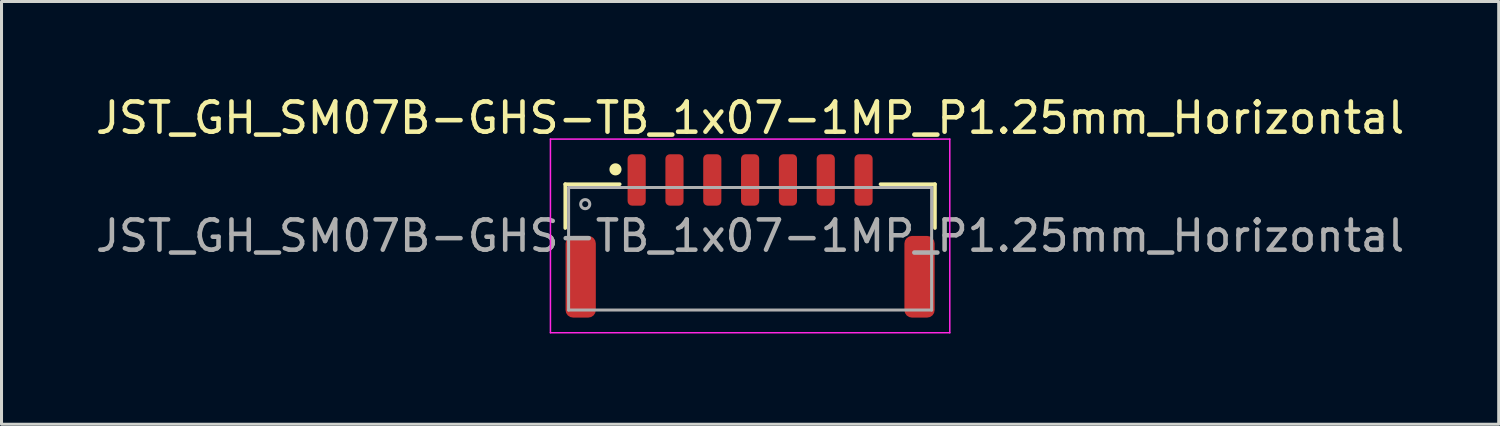
<source format=kicad_pcb>
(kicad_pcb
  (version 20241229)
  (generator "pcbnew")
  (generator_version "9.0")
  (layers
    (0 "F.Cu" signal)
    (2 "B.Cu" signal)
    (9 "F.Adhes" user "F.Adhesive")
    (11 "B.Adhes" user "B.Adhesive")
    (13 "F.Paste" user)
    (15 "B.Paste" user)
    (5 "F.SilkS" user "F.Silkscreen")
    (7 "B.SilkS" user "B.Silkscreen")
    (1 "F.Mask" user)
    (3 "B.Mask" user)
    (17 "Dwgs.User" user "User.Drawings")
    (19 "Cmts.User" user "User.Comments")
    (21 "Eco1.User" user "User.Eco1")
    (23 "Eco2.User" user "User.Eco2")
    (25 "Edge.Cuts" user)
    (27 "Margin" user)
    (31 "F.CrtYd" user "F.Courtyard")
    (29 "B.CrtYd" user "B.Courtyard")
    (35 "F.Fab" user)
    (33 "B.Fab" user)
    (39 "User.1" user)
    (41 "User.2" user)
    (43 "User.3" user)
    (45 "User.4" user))
  (footprint "JST_GH_SM07B-GHS-TB_1x07-1MP_P1.25mm_Horizontal"
    (layer "F.Cu")
    (at 21.744 4.748)
    (property "Reference" "JST_GH_SM07B-GHS-TB_1x07-1MP_P1.25mm_Horizontal" (at 0 -3.9 0) (layer "F.SilkS") (effects (font (size 1 1) (thickness 0.15))))
    (attr smd)
    (fp_line (start -6.11 -1.71) (end -4.31 -1.71) (stroke (width 0.12) (type solid)) (layer "F.SilkS"))
    (fp_line (start -6.11 -0.26) (end -6.11 -1.71) (stroke (width 0.12) (type solid)) (layer "F.SilkS"))
    (fp_line (start 6.11 -1.71) (end 4.31 -1.71) (stroke (width 0.12) (type solid)) (layer "F.SilkS"))
    (fp_line (start 6.11 -0.26) (end 6.11 -1.71) (stroke (width 0.12) (type solid)) (layer "F.SilkS"))
    (fp_circle (center -4.45 -2.2) (end -4.3 -2.2) (stroke (width 0.1) (type solid)) (fill yes) (layer "F.SilkS"))
    (fp_line (start -6.6 -3.2) (end -6.6 3.2) (stroke (width 0.05) (type solid)) (layer "F.CrtYd"))
    (fp_line (start -6.6 3.2) (end 6.6 3.2) (stroke (width 0.05) (type solid)) (layer "F.CrtYd"))
    (fp_line (start 6.6 -3.2) (end -6.6 -3.2) (stroke (width 0.05) (type solid)) (layer "F.CrtYd"))
    (fp_line (start 6.6 3.2) (end 6.6 -3.2) (stroke (width 0.05) (type solid)) (layer "F.CrtYd"))
    (fp_line (start -6 -1.6) (end -6 2.45) (stroke (width 0.1) (type solid)) (layer "F.Fab"))
    (fp_line (start -6 -1.6) (end 6 -1.6) (stroke (width 0.1) (type solid)) (layer "F.Fab"))
    (fp_line (start -6 2.45) (end 6 2.45) (stroke (width 0.1) (type solid)) (layer "F.Fab"))
    (fp_line (start 6 -1.6) (end 6 2.45) (stroke (width 0.1) (type solid)) (layer "F.Fab"))
    (fp_circle (center -5.45 -1.05) (end -5.3 -1.05) (stroke (width 0.1) (type solid)) (fill no) (layer "F.Fab"))
    (fp_text user "${REFERENCE}" (at 0 0 0) (layer "F.Fab") (effects (font (size 1 1) (thickness 0.15))))
    (pad "1" smd roundrect (at -3.75 -1.85) (size 0.6 1.7) (layers "F.Cu" "F.Mask" "F.Paste") (roundrect_rratio 0.25))
    (pad "2" smd roundrect (at -2.5 -1.85) (size 0.6 1.7) (layers "F.Cu" "F.Mask" "F.Paste") (roundrect_rratio 0.25))
    (pad "3" smd roundrect (at -1.25 -1.85) (size 0.6 1.7) (layers "F.Cu" "F.Mask" "F.Paste") (roundrect_rratio 0.25))
    (pad "4" smd roundrect (at 0 -1.85) (size 0.6 1.7) (layers "F.Cu" "F.Mask" "F.Paste") (roundrect_rratio 0.25))
    (pad "5" smd roundrect (at 1.25 -1.85) (size 0.6 1.7) (layers "F.Cu" "F.Mask" "F.Paste") (roundrect_rratio 0.25))
    (pad "6" smd roundrect (at 2.5 -1.85) (size 0.6 1.7) (layers "F.Cu" "F.Mask" "F.Paste") (roundrect_rratio 0.25))
    (pad "7" smd roundrect (at 3.75 -1.85) (size 0.6 1.7) (layers "F.Cu" "F.Mask" "F.Paste") (roundrect_rratio 0.25))
    (pad "MP1" smd roundrect (at -5.6 1.35) (size 1 2.7) (layers "F.Cu" "F.Mask" "F.Paste") (roundrect_rratio 0.25))
    (pad "MP2" smd roundrect (at 5.6 1.35) (size 1 2.7) (layers "F.Cu" "F.Mask" "F.Paste") (roundrect_rratio 0.25)))
  (gr_rect
    (start -3 -3)
    (end 46.488 10.973)
    (stroke (width 0.1) (type default))
    (fill no)
    (layer "Edge.Cuts")))
</source>
